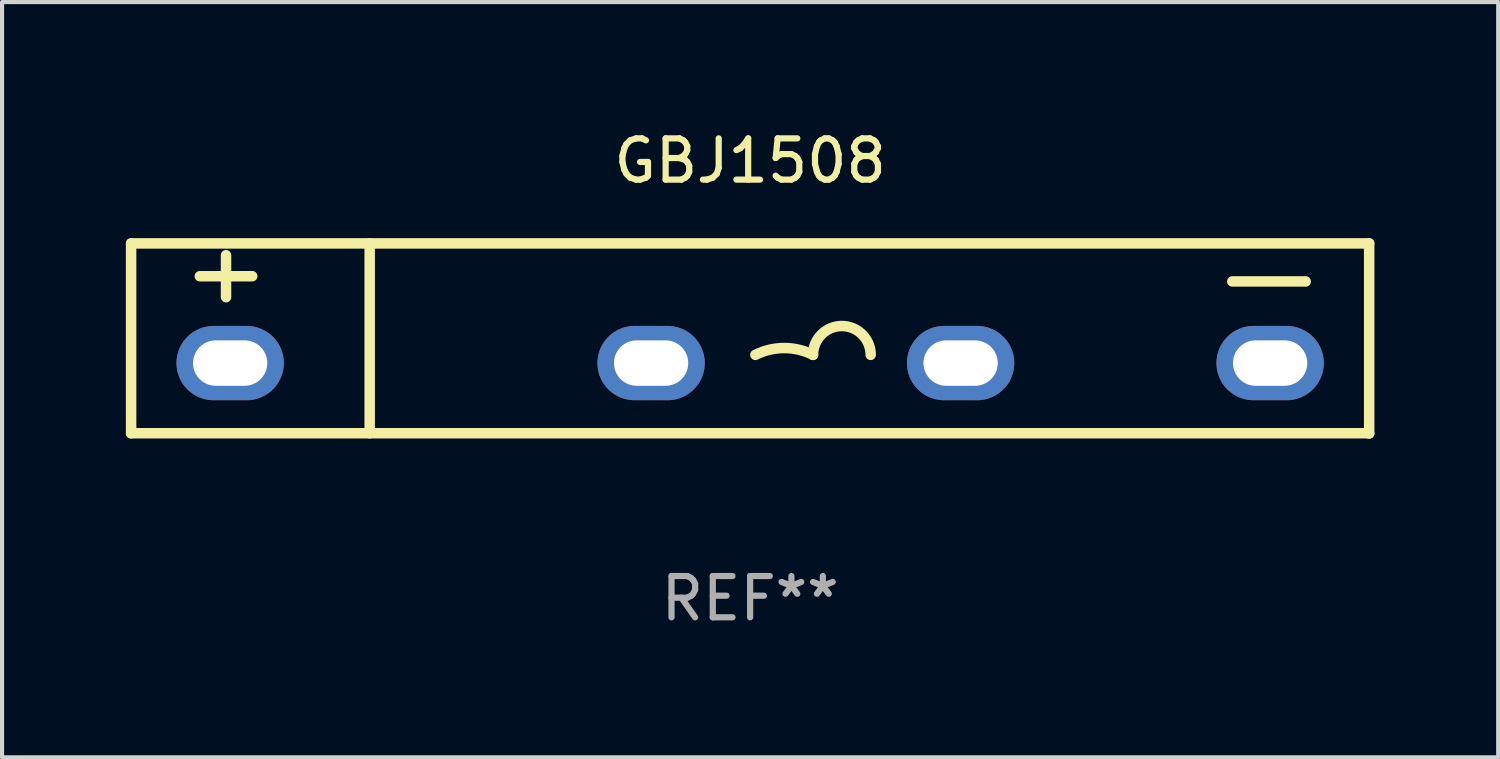
<source format=kicad_pcb>
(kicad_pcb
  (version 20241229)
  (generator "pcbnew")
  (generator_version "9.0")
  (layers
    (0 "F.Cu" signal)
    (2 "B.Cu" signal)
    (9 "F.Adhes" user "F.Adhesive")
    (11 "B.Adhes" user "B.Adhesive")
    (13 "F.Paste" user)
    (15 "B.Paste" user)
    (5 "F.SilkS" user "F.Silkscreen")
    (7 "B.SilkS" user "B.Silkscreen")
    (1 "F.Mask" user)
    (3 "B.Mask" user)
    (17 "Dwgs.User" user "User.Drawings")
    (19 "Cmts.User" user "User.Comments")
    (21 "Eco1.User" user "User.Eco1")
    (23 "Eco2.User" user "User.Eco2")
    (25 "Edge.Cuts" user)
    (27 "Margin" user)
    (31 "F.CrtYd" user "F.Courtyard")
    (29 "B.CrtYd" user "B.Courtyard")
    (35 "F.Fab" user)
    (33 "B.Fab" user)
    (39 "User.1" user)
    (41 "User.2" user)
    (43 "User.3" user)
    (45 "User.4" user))
  (footprint "GBJ1508"
    (layer "F.Cu")
    (at 15.127 5.151)
    (property "Reference" "GBJ1508" (at 0 -4.303 0) (layer "F.SilkS") (effects (font (size 1 1) (thickness 0.15))))
    (attr through_hole)
    (fp_line (start -15 -2.303) (end -15 2.297) (stroke (width 0.254) (type solid)) (layer "F.SilkS"))
    (fp_line (start -15 -2.303) (end 15 -2.303) (stroke (width 0.254) (type solid)) (layer "F.SilkS"))
    (fp_line (start -15 2.297) (end 15 2.297) (stroke (width 0.254) (type solid)) (layer "F.SilkS"))
    (fp_line (start -13.335 -1.508) (end -12.065 -1.508) (stroke (width 0.254) (type solid)) (layer "F.SilkS"))
    (fp_line (start -12.7 -1) (end -12.7 -2.016) (stroke (width 0.254) (type solid)) (layer "F.SilkS"))
    (fp_line (start -9.219 -2.303) (end -9.219 2.297) (stroke (width 0.254) (type solid)) (layer "F.SilkS"))
    (fp_line (start 11.684 -1.381) (end 13.462 -1.381) (stroke (width 0.254) (type solid)) (layer "F.SilkS"))
    (fp_line (start 15 -2.303) (end 15 2.303) (stroke (width 0.254) (type solid)) (layer "F.SilkS"))
    (fp_arc (start 0.127 0.397498) (mid 0.825502 0.232604) (end 1.524003 0.397498) (stroke (width 0.254001) (type solid)) (layer "F.SilkS"))
    (fp_arc (start 1.524002 0.397498) (mid 2.222504 -0.301004) (end 2.921006 0.397498) (stroke (width 0.254001) (type solid)) (layer "F.SilkS"))
    (fp_circle (center -15 -2.27) (end -14.97 -2.27) (stroke (width 0.06) (type solid)) (fill no) (layer "F.SilkS"))
    (fp_text user "REF**" (at 0 6.303 0) (layer "F.Fab") (effects (font (size 1 1) (thickness 0.15))))
    (pad "1" thru_hole oval (at -12.6 0.597 90) (size 1.8 2.6) (drill oval 1.1 1.8) (layers "*.Cu" "*.Mask"))
    (pad "2" thru_hole oval (at -2.4 0.597 90) (size 1.8 2.6) (drill oval 1.1 1.8) (layers "*.Cu" "*.Mask"))
    (pad "3" thru_hole oval (at 5.1 0.597 90) (size 1.8 2.6) (drill oval 1.1 1.8) (layers "*.Cu" "*.Mask"))
    (pad "4" thru_hole oval (at 12.6 0.597 90) (size 1.8 2.6) (drill oval 1.1 1.8) (layers "*.Cu" "*.Mask")))
  (gr_rect
    (start -3 -3)
    (end 33.254 15.302)
    (stroke (width 0.1) (type default))
    (fill no)
    (layer "Edge.Cuts")))
</source>
